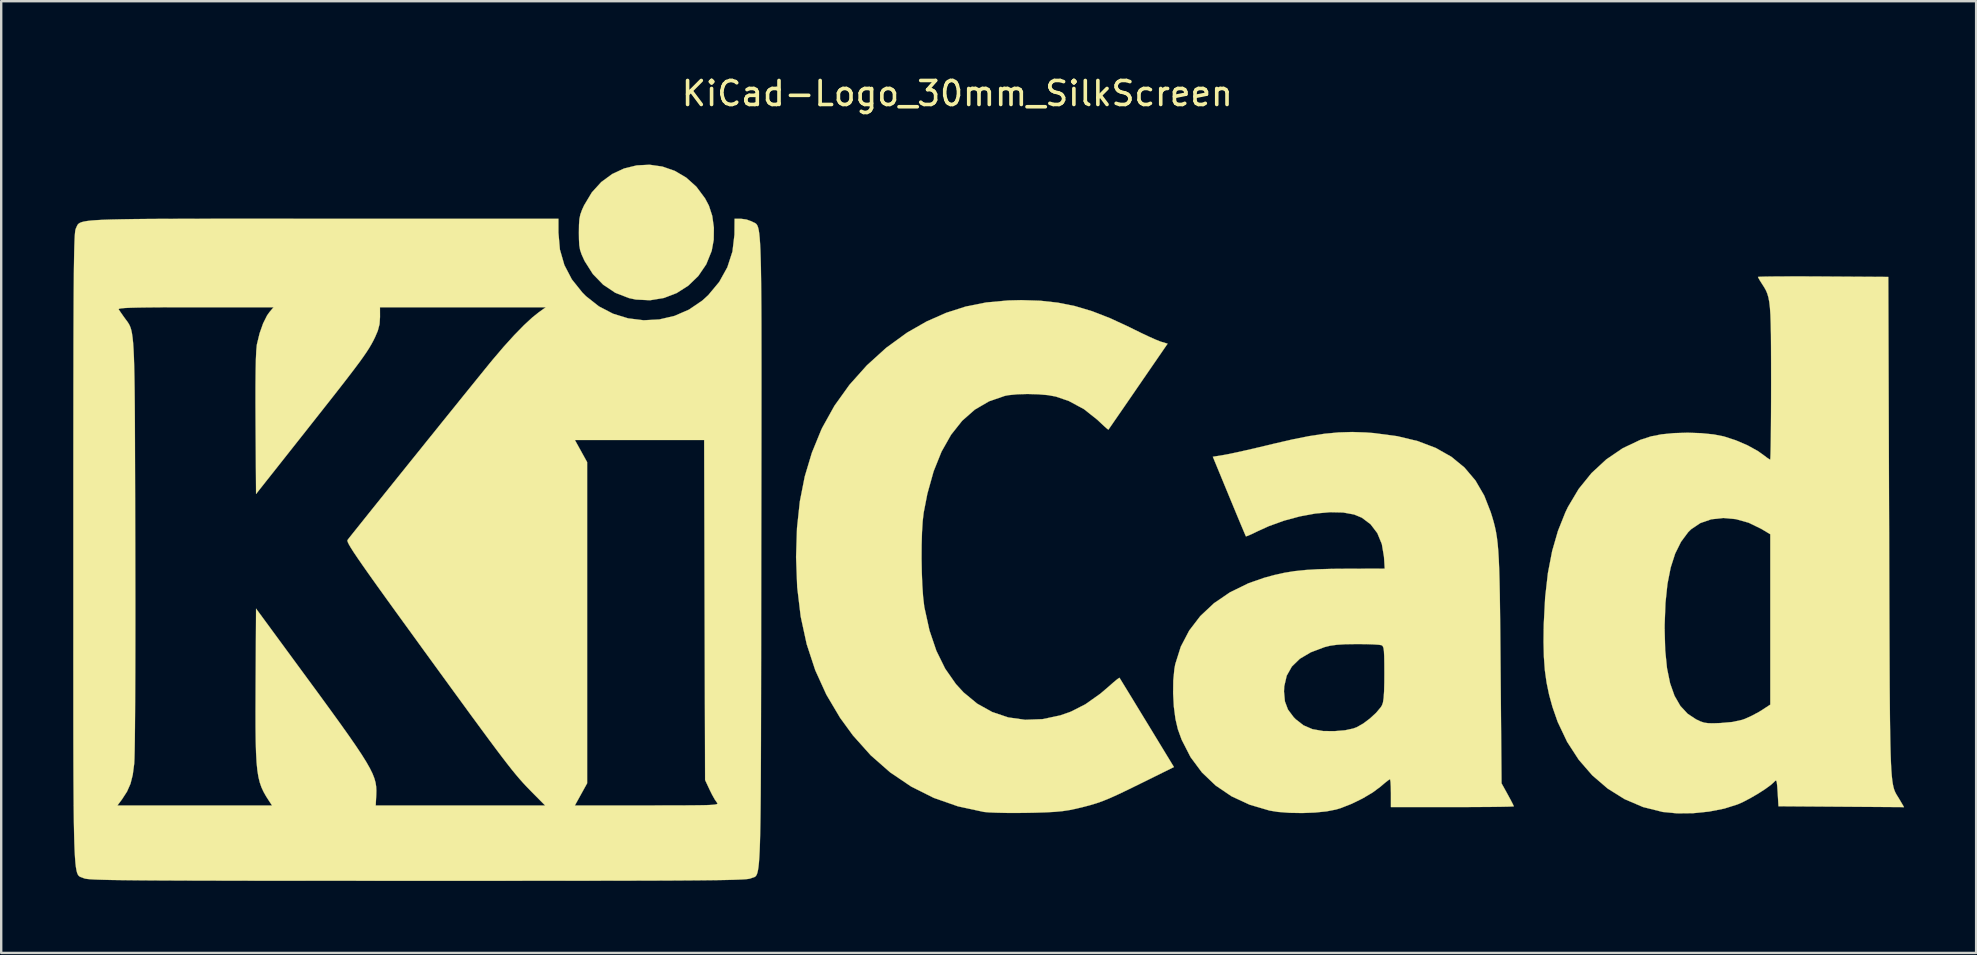
<source format=kicad_pcb>
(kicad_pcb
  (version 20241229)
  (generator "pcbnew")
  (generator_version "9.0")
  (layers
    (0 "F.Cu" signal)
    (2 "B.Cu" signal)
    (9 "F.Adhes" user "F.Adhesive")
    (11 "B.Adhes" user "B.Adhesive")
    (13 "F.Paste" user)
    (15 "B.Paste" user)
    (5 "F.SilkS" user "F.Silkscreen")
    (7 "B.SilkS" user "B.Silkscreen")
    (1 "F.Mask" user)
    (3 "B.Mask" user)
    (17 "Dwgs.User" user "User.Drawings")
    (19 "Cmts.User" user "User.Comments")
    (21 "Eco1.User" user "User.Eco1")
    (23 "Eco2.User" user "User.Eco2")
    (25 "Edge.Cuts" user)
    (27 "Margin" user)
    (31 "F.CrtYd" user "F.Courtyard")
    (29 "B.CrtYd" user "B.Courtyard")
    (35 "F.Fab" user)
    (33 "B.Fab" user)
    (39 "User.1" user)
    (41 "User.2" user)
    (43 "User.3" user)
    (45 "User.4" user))
  (footprint "KiCad-Logo_30mm_SilkScreen"
    (layer "F.Cu")
    (at 38.106 18.628)
    (property "Reference" "KiCad-Logo_30mm_SilkScreen" (at -1.27 -17.78 0) (layer "F.SilkS") (effects (font (size 1 1) (thickness 0.15))))
    (attr board_only exclude_from_pos_files exclude_from_bom allow_missing_courtyard)
    (fp_poly (pts (xy -13.557 -14.738) (xy -13.044 -14.56) (xy -12.567 -14.28) (xy -12.141 -13.898) (xy -11.781 -13.415) (xy -11.619 -13.11) (xy -11.48 -12.683) (xy -11.412 -12.191) (xy -11.419 -11.684) (xy -11.503 -11.226) (xy -11.73 -10.665) (xy -12.061 -10.179) (xy -12.477 -9.777) (xy -12.961 -9.468) (xy -13.499 -9.262) (xy -14.071 -9.168) (xy -14.662 -9.197) (xy -14.953 -9.259) (xy -15.521 -9.48) (xy -16.025 -9.817) (xy -16.454 -10.26) (xy -16.795 -10.798) (xy -16.823 -10.856) (xy -16.923 -11.077) (xy -16.986 -11.263) (xy -17.02 -11.459) (xy -17.033 -11.71) (xy -17.036 -11.983) (xy -17.032 -12.311) (xy -17.015 -12.549) (xy -16.976 -12.741) (xy -16.906 -12.933) (xy -16.82 -13.122) (xy -16.498 -13.66) (xy -16.103 -14.095) (xy -15.648 -14.428) (xy -15.151 -14.659) (xy -14.626 -14.787) (xy -14.09 -14.814) (xy -13.557 -14.738)) (stroke (width 0.01) (type solid)) (fill yes) (layer "F.SilkS"))
    (fp_poly (pts (xy 2.188 -9.148) (xy 2.924 -9.067) (xy 3.638 -8.923) (xy 4.357 -8.708) (xy 5.111 -8.414) (xy 5.93 -8.033) (xy 6.078 -7.959) (xy 6.416 -7.793) (xy 6.735 -7.643) (xy 7.003 -7.524) (xy 7.189 -7.45) (xy 7.218 -7.44) (xy 7.492 -7.358) (xy 6.265 -5.574) (xy 5.966 -5.138) (xy 5.691 -4.739) (xy 5.452 -4.392) (xy 5.257 -4.11) (xy 5.116 -3.905) (xy 5.038 -3.793) (xy 5.026 -3.775) (xy 4.974 -3.812) (xy 4.847 -3.924) (xy 4.668 -4.091) (xy 4.569 -4.185) (xy 4.007 -4.631) (xy 3.377 -4.97) (xy 2.834 -5.156) (xy 2.508 -5.215) (xy 2.099 -5.25) (xy 1.657 -5.262) (xy 1.228 -5.25) (xy 0.861 -5.213) (xy 0.715 -5.185) (xy 0.055 -4.958) (xy -0.539 -4.612) (xy -1.068 -4.146) (xy -1.53 -3.563) (xy -1.927 -2.861) (xy -2.256 -2.043) (xy -2.517 -1.108) (xy -2.673 -0.307) (xy -2.713 0.046) (xy -2.741 0.503) (xy -2.756 1.029) (xy -2.759 1.594) (xy -2.749 2.163) (xy -2.728 2.703) (xy -2.695 3.184) (xy -2.65 3.57) (xy -2.641 3.629) (xy -2.429 4.59) (xy -2.141 5.439) (xy -1.775 6.183) (xy -1.328 6.823) (xy -1.011 7.169) (xy -0.441 7.64) (xy 0.184 7.988) (xy 0.853 8.213) (xy 1.557 8.312) (xy 2.284 8.285) (xy 3.023 8.128) (xy 3.461 7.974) (xy 4.066 7.666) (xy 4.69 7.225) (xy 5.04 6.926) (xy 5.236 6.753) (xy 5.39 6.626) (xy 5.478 6.565) (xy 5.489 6.563) (xy 5.528 6.626) (xy 5.629 6.791) (xy 5.784 7.044) (xy 5.985 7.372) (xy 6.221 7.76) (xy 6.485 8.193) (xy 6.633 8.435) (xy 7.756 10.281) (xy 6.353 10.974) (xy 5.846 11.223) (xy 5.435 11.419) (xy 5.095 11.573) (xy 4.802 11.693) (xy 4.529 11.79) (xy 4.252 11.873) (xy 3.946 11.953) (xy 3.653 12.022) (xy 3.392 12.076) (xy 3.12 12.117) (xy 2.808 12.147) (xy 2.429 12.168) (xy 1.957 12.183) (xy 1.639 12.189) (xy 1.185 12.194) (xy 0.749 12.192) (xy 0.361 12.183) (xy 0.049 12.17) (xy -0.157 12.152) (xy -0.169 12.15) (xy -1.242 11.918) (xy -2.249 11.566) (xy -3.19 11.095) (xy -4.066 10.504) (xy -4.875 9.794) (xy -5.617 8.965) (xy -6.154 8.228) (xy -6.726 7.263) (xy -7.189 6.245) (xy -7.544 5.164) (xy -7.794 4.013) (xy -7.941 2.783) (xy -7.987 1.534) (xy -7.949 0.327) (xy -7.83 -0.788) (xy -7.625 -1.828) (xy -7.33 -2.812) (xy -6.943 -3.759) (xy -6.897 -3.857) (xy -6.387 -4.774) (xy -5.761 -5.647) (xy -5.037 -6.457) (xy -4.232 -7.187) (xy -3.364 -7.818) (xy -2.555 -8.281) (xy -1.738 -8.643) (xy -0.919 -8.906) (xy -0.066 -9.076) (xy 0.851 -9.16) (xy 1.4 -9.173) (xy 2.188 -9.148)) (stroke (width 0.01) (type solid)) (fill yes) (layer "F.SilkS"))
    (fp_poly (pts (xy 34.027 -10.161) (xy 34.608 -10.159) (xy 34.806 -10.157) (xy 37.52 -10.14) (xy 37.554 0.273) (xy 37.558 1.685) (xy 37.562 2.967) (xy 37.566 4.126) (xy 37.57 5.168) (xy 37.574 6.1) (xy 37.578 6.929) (xy 37.584 7.661) (xy 37.59 8.303) (xy 37.598 8.861) (xy 37.607 9.342) (xy 37.618 9.753) (xy 37.631 10.101) (xy 37.646 10.392) (xy 37.664 10.632) (xy 37.685 10.828) (xy 37.709 10.988) (xy 37.736 11.117) (xy 37.766 11.222) (xy 37.801 11.31) (xy 37.84 11.388) (xy 37.883 11.462) (xy 37.931 11.538) (xy 37.983 11.624) (xy 37.994 11.642) (xy 38.175 11.951) (xy 35.56 11.933) (xy 32.945 11.915) (xy 32.911 11.34) (xy 32.892 11.065) (xy 32.873 10.905) (xy 32.847 10.842) (xy 32.807 10.855) (xy 32.774 10.891) (xy 32.63 11.024) (xy 32.396 11.195) (xy 32.105 11.383) (xy 31.788 11.568) (xy 31.481 11.73) (xy 31.244 11.836) (xy 30.691 12.011) (xy 30.056 12.136) (xy 29.386 12.204) (xy 28.728 12.211) (xy 28.129 12.154) (xy 28.12 12.152) (xy 27.301 11.947) (xy 26.534 11.619) (xy 25.827 11.177) (xy 25.187 10.627) (xy 24.622 9.976) (xy 24.139 9.231) (xy 23.745 8.4) (xy 23.53 7.784) (xy 23.388 7.269) (xy 23.284 6.77) (xy 23.212 6.257) (xy 23.171 5.699) (xy 23.156 5.068) (xy 23.162 4.552) (xy 28.201 4.552) (xy 28.225 5.417) (xy 28.3 6.161) (xy 28.429 6.791) (xy 28.614 7.314) (xy 28.857 7.735) (xy 29.161 8.062) (xy 29.511 8.293) (xy 29.694 8.38) (xy 29.852 8.432) (xy 30.029 8.455) (xy 30.266 8.457) (xy 30.521 8.448) (xy 31.023 8.404) (xy 31.42 8.317) (xy 31.545 8.274) (xy 31.83 8.145) (xy 32.131 7.984) (xy 32.262 7.903) (xy 32.603 7.68) (xy 32.603 0.582) (xy 32.228 0.357) (xy 31.704 0.102) (xy 31.169 -0.048) (xy 30.642 -0.096) (xy 30.143 -0.041) (xy 29.691 0.115) (xy 29.307 0.372) (xy 29.182 0.495) (xy 28.883 0.898) (xy 28.641 1.386) (xy 28.454 1.968) (xy 28.319 2.651) (xy 28.236 3.444) (xy 28.202 4.355) (xy 28.201 4.552) (xy 23.162 4.552) (xy 23.165 4.337) (xy 23.223 3.213) (xy 23.338 2.199) (xy 23.515 1.281) (xy 23.757 0.443) (xy 24.065 -0.329) (xy 24.175 -0.558) (xy 24.619 -1.304) (xy 25.155 -1.967) (xy 25.771 -2.537) (xy 26.454 -3.002) (xy 27.191 -3.352) (xy 27.634 -3.496) (xy 28.068 -3.581) (xy 28.591 -3.632) (xy 29.158 -3.649) (xy 29.725 -3.63) (xy 30.25 -3.577) (xy 30.671 -3.494) (xy 31.172 -3.331) (xy 31.658 -3.122) (xy 32.083 -2.887) (xy 32.309 -2.727) (xy 32.465 -2.609) (xy 32.575 -2.537) (xy 32.599 -2.526) (xy 32.607 -2.592) (xy 32.614 -2.782) (xy 32.621 -3.081) (xy 32.627 -3.476) (xy 32.631 -3.955) (xy 32.635 -4.504) (xy 32.637 -5.108) (xy 32.638 -5.725) (xy 32.637 -6.514) (xy 32.635 -7.179) (xy 32.631 -7.733) (xy 32.622 -8.189) (xy 32.609 -8.559) (xy 32.589 -8.857) (xy 32.562 -9.094) (xy 32.526 -9.283) (xy 32.481 -9.438) (xy 32.426 -9.571) (xy 32.358 -9.695) (xy 32.277 -9.822) (xy 32.267 -9.837) (xy 32.163 -10.002) (xy 32.1 -10.115) (xy 32.091 -10.139) (xy 32.157 -10.146) (xy 32.345 -10.152) (xy 32.641 -10.157) (xy 33.029 -10.16) (xy 33.496 -10.161) (xy 34.027 -10.161)) (stroke (width 0.01) (type solid)) (fill yes) (layer "F.SilkS"))
    (fp_poly (pts (xy 15.752 -3.659) (xy 16.091 -3.633) (xy 17.059 -3.505) (xy 17.916 -3.299) (xy 18.666 -3.014) (xy 19.315 -2.647) (xy 19.865 -2.195) (xy 20.321 -1.655) (xy 20.687 -1.024) (xy 20.954 -0.341) (xy 21.022 -0.124) (xy 21.081 0.08) (xy 21.132 0.281) (xy 21.176 0.49) (xy 21.213 0.719) (xy 21.244 0.977) (xy 21.27 1.277) (xy 21.291 1.628) (xy 21.308 2.042) (xy 21.322 2.531) (xy 21.334 3.104) (xy 21.343 3.774) (xy 21.352 4.55) (xy 21.36 5.444) (xy 21.366 6.145) (xy 21.406 10.959) (xy 21.662 11.422) (xy 21.783 11.645) (xy 21.873 11.819) (xy 21.916 11.911) (xy 21.918 11.917) (xy 21.852 11.924) (xy 21.665 11.931) (xy 21.37 11.937) (xy 20.985 11.942) (xy 20.522 11.945) (xy 19.997 11.948) (xy 19.425 11.949) (xy 19.357 11.949) (xy 16.797 11.949) (xy 16.797 11.369) (xy 16.792 11.106) (xy 16.781 10.906) (xy 16.764 10.798) (xy 16.757 10.788) (xy 16.689 10.83) (xy 16.549 10.939) (xy 16.368 11.093) (xy 16.364 11.097) (xy 16.033 11.343) (xy 15.615 11.59) (xy 15.158 11.814) (xy 14.708 11.991) (xy 14.509 12.051) (xy 14.115 12.128) (xy 13.631 12.177) (xy 13.102 12.197) (xy 12.572 12.188) (xy 12.085 12.15) (xy 11.744 12.095) (xy 10.909 11.849) (xy 10.157 11.5) (xy 9.493 11.05) (xy 8.922 10.505) (xy 8.449 9.868) (xy 8.079 9.145) (xy 7.92 8.706) (xy 7.82 8.279) (xy 7.753 7.767) (xy 7.723 7.216) (xy 7.724 7.136) (xy 12.342 7.136) (xy 12.38 7.545) (xy 12.507 7.885) (xy 12.743 8.201) (xy 12.834 8.293) (xy 13.155 8.543) (xy 13.527 8.703) (xy 13.973 8.781) (xy 14.442 8.786) (xy 14.887 8.749) (xy 15.228 8.675) (xy 15.376 8.62) (xy 15.642 8.469) (xy 15.925 8.256) (xy 16.183 8.018) (xy 16.375 7.789) (xy 16.426 7.705) (xy 16.466 7.588) (xy 16.494 7.401) (xy 16.513 7.126) (xy 16.522 6.747) (xy 16.524 6.385) (xy 16.522 5.964) (xy 16.517 5.659) (xy 16.506 5.452) (xy 16.487 5.321) (xy 16.458 5.247) (xy 16.417 5.21) (xy 16.404 5.204) (xy 16.294 5.186) (xy 16.077 5.171) (xy 15.781 5.161) (xy 15.438 5.157) (xy 15.363 5.157) (xy 14.903 5.164) (xy 14.549 5.186) (xy 14.266 5.225) (xy 14.034 5.283) (xy 13.456 5.501) (xy 13.002 5.77) (xy 12.67 6.093) (xy 12.455 6.475) (xy 12.352 6.92) (xy 12.342 7.136) (xy 7.724 7.136) (xy 7.729 6.675) (xy 7.776 6.189) (xy 7.812 5.993) (xy 8.042 5.265) (xy 8.392 4.595) (xy 8.855 3.99) (xy 9.424 3.456) (xy 10.094 2.999) (xy 10.857 2.626) (xy 11.505 2.399) (xy 11.939 2.28) (xy 12.353 2.188) (xy 12.776 2.119) (xy 13.233 2.071) (xy 13.752 2.04) (xy 14.36 2.023) (xy 14.91 2.019) (xy 16.539 2.014) (xy 16.508 1.524) (xy 16.419 0.993) (xy 16.231 0.536) (xy 15.95 0.166) (xy 15.586 -0.108) (xy 15.265 -0.241) (xy 14.806 -0.325) (xy 14.258 -0.337) (xy 13.65 -0.282) (xy 13.004 -0.163) (xy 12.348 0.014) (xy 11.708 0.245) (xy 11.242 0.457) (xy 11.018 0.566) (xy 10.847 0.641) (xy 10.76 0.671) (xy 10.756 0.67) (xy 10.726 0.604) (xy 10.651 0.428) (xy 10.538 0.16) (xy 10.394 -0.185) (xy 10.227 -0.588) (xy 10.057 -0.999) (xy 9.377 -2.647) (xy 9.861 -2.726) (xy 10.07 -2.766) (xy 10.385 -2.833) (xy 10.779 -2.921) (xy 11.224 -3.024) (xy 11.694 -3.135) (xy 11.881 -3.181) (xy 12.69 -3.368) (xy 13.398 -3.509) (xy 14.032 -3.606) (xy 14.618 -3.661) (xy 15.183 -3.678) (xy 15.752 -3.659)) (stroke (width 0.01) (type solid)) (fill yes) (layer "F.SilkS"))
    (fp_poly (pts (xy -29.619 -12.564) (xy -28.303 -12.563) (xy -27.691 -12.563) (xy -17.889 -12.563) (xy -17.889 -11.986) (xy -17.828 -11.283) (xy -17.641 -10.634) (xy -17.329 -10.036) (xy -16.889 -9.486) (xy -16.74 -9.337) (xy -16.205 -8.915) (xy -15.614 -8.607) (xy -14.986 -8.414) (xy -14.338 -8.334) (xy -13.688 -8.368) (xy -13.053 -8.516) (xy -12.451 -8.777) (xy -11.899 -9.152) (xy -11.651 -9.377) (xy -11.189 -9.932) (xy -10.851 -10.541) (xy -10.638 -11.198) (xy -10.555 -11.897) (xy -10.554 -11.966) (xy -10.549 -12.563) (xy -10.287 -12.563) (xy -10.054 -12.532) (xy -9.841 -12.455) (xy -9.827 -12.447) (xy -9.779 -12.422) (xy -9.735 -12.403) (xy -9.694 -12.383) (xy -9.658 -12.358) (xy -9.624 -12.321) (xy -9.594 -12.267) (xy -9.567 -12.19) (xy -9.543 -12.085) (xy -9.522 -11.946) (xy -9.504 -11.767) (xy -9.488 -11.543) (xy -9.474 -11.267) (xy -9.463 -10.935) (xy -9.453 -10.541) (xy -9.446 -10.078) (xy -9.44 -9.542) (xy -9.435 -8.927) (xy -9.432 -8.226) (xy -9.431 -7.435) (xy -9.43 -6.548) (xy -9.43 -5.558) (xy -9.431 -4.461) (xy -9.432 -3.251) (xy -9.434 -1.922) (xy -9.436 -0.468) (xy -9.439 1.116) (xy -9.439 1.309) (xy -9.441 2.903) (xy -9.443 4.366) (xy -9.444 5.704) (xy -9.446 6.923) (xy -9.448 8.027) (xy -9.45 9.023) (xy -9.453 9.917) (xy -9.457 10.714) (xy -9.461 11.419) (xy -9.467 12.038) (xy -9.474 12.578) (xy -9.483 13.043) (xy -9.493 13.44) (xy -9.505 13.773) (xy -9.52 14.049) (xy -9.536 14.273) (xy -9.555 14.451) (xy -9.577 14.589) (xy -9.601 14.692) (xy -9.628 14.766) (xy -9.659 14.816) (xy -9.692 14.849) (xy -9.73 14.869) (xy -9.771 14.883) (xy -9.815 14.896) (xy -9.864 14.914) (xy -9.876 14.919) (xy -9.914 14.931) (xy -9.976 14.942) (xy -10.07 14.953) (xy -10.2 14.962) (xy -10.371 14.97) (xy -10.59 14.978) (xy -10.861 14.985) (xy -11.19 14.991) (xy -11.584 14.996) (xy -12.046 15.001) (xy -12.582 15.005) (xy -13.199 15.009) (xy -13.902 15.012) (xy -14.695 15.014) (xy -15.585 15.016) (xy -16.577 15.017) (xy -17.676 15.019) (xy -18.889 15.019) (xy -20.22 15.02) (xy -21.674 15.02) (xy -23.258 15.02) (xy -23.772 15.02) (xy -25.391 15.02) (xy -26.879 15.019) (xy -28.242 15.019) (xy -29.485 15.018) (xy -30.613 15.017) (xy -31.633 15.015) (xy -32.549 15.013) (xy -33.368 15.011) (xy -34.094 15.008) (xy -34.734 15.005) (xy -35.293 15.001) (xy -35.776 14.996) (xy -36.189 14.991) (xy -36.538 14.986) (xy -36.828 14.979) (xy -37.064 14.972) (xy -37.253 14.964) (xy -37.399 14.955) (xy -37.508 14.945) (xy -37.587 14.934) (xy -37.64 14.922) (xy -37.668 14.911) (xy -37.72 14.89) (xy -37.766 14.874) (xy -37.809 14.858) (xy -37.849 14.836) (xy -37.884 14.804) (xy -37.916 14.754) (xy -37.945 14.682) (xy -37.97 14.581) (xy -37.993 14.447) (xy -38.013 14.273) (xy -38.03 14.054) (xy -38.045 13.784) (xy -38.058 13.458) (xy -38.068 13.069) (xy -38.077 12.613) (xy -38.084 12.084) (xy -38.086 11.881) (xy -36.263 11.881) (xy -29.822 11.881) (xy -29.946 11.693) (xy -30.07 11.5) (xy -30.174 11.316) (xy -30.261 11.129) (xy -30.332 10.925) (xy -30.389 10.692) (xy -30.433 10.416) (xy -30.465 10.086) (xy -30.487 9.687) (xy -30.501 9.208) (xy -30.508 8.635) (xy -30.509 7.955) (xy -30.506 7.156) (xy -30.505 6.86) (xy -30.487 3.68) (xy -28.473 6.423) (xy -27.902 7.2) (xy -27.408 7.878) (xy -26.984 8.464) (xy -26.626 8.967) (xy -26.329 9.397) (xy -26.086 9.762) (xy -25.893 10.071) (xy -25.744 10.334) (xy -25.633 10.559) (xy -25.557 10.755) (xy -25.508 10.931) (xy -25.483 11.097) (xy -25.475 11.261) (xy -25.479 11.432) (xy -25.48 11.453) (xy -25.502 11.881) (xy -21.973 11.881) (xy -18.444 11.881) (xy -18.969 11.351) (xy -19.111 11.206) (xy -19.246 11.066) (xy -19.38 10.921) (xy -19.519 10.764) (xy -19.667 10.589) (xy -19.833 10.386) (xy -20.02 10.148) (xy -20.236 9.867) (xy -20.486 9.536) (xy -20.776 9.147) (xy -21.112 8.691) (xy -21.501 8.162) (xy -21.947 7.551) (xy -22.457 6.851) (xy -23.037 6.054) (xy -23.512 5.4) (xy -24.108 4.578) (xy -24.629 3.86) (xy -25.078 3.238) (xy -25.46 2.706) (xy -25.78 2.256) (xy -26.043 1.882) (xy -26.253 1.578) (xy -26.416 1.336) (xy -26.535 1.149) (xy -26.616 1.011) (xy -26.663 0.915) (xy -26.682 0.854) (xy -26.676 0.822) (xy -26.61 0.736) (xy -26.466 0.555) (xy -26.254 0.29) (xy -25.982 -0.05) (xy -25.66 -0.453) (xy -25.294 -0.908) (xy -24.895 -1.405) (xy -24.47 -1.933) (xy -24.029 -2.482) (xy -23.58 -3.039) (xy -23.334 -3.346) (xy -17.204 -3.346) (xy -16.949 -2.885) (xy -16.694 -2.424) (xy -16.694 10.959) (xy -16.949 11.42) (xy -17.204 11.881) (xy -14.19 11.881) (xy -13.471 11.88) (xy -12.877 11.879) (xy -12.396 11.877) (xy -12.018 11.873) (xy -11.731 11.868) (xy -11.524 11.859) (xy -11.385 11.847) (xy -11.304 11.832) (xy -11.267 11.812) (xy -11.265 11.788) (xy -11.286 11.76) (xy -11.286 11.759) (xy -11.373 11.635) (xy -11.487 11.432) (xy -11.587 11.23) (xy -11.778 10.822) (xy -11.798 3.738) (xy -11.817 -3.346) (xy -17.204 -3.346) (xy -23.334 -3.346) (xy -23.132 -3.595) (xy -22.694 -4.14) (xy -22.273 -4.661) (xy -21.88 -5.149) (xy -21.521 -5.592) (xy -21.207 -5.98) (xy -20.946 -6.302) (xy -20.746 -6.548) (xy -20.628 -6.691) (xy -20.172 -7.227) (xy -19.734 -7.71) (xy -19.328 -8.126) (xy -18.97 -8.457) (xy -18.715 -8.66) (xy -18.415 -8.876) (xy -25.325 -8.876) (xy -25.323 -8.471) (xy -25.342 -8.173) (xy -25.415 -7.896) (xy -25.527 -7.634) (xy -25.6 -7.486) (xy -25.679 -7.34) (xy -25.77 -7.185) (xy -25.881 -7.012) (xy -26.019 -6.811) (xy -26.191 -6.572) (xy -26.405 -6.286) (xy -26.667 -5.943) (xy -26.985 -5.533) (xy -27.366 -5.047) (xy -27.817 -4.475) (xy -28.345 -3.806) (xy -28.404 -3.731) (xy -30.487 -1.097) (xy -30.507 -4.014) (xy -30.511 -4.887) (xy -30.51 -5.627) (xy -30.504 -6.235) (xy -30.494 -6.714) (xy -30.478 -7.066) (xy -30.457 -7.294) (xy -30.45 -7.337) (xy -30.339 -7.792) (xy -30.194 -8.203) (xy -30.029 -8.533) (xy -29.929 -8.673) (xy -29.758 -8.876) (xy -33.011 -8.876) (xy -33.787 -8.876) (xy -34.436 -8.874) (xy -34.968 -8.87) (xy -35.391 -8.864) (xy -35.715 -8.856) (xy -35.95 -8.845) (xy -36.106 -8.831) (xy -36.191 -8.815) (xy -36.215 -8.795) (xy -36.213 -8.791) (xy -36.144 -8.687) (xy -36.029 -8.522) (xy -35.969 -8.438) (xy -35.908 -8.355) (xy -35.852 -8.281) (xy -35.803 -8.208) (xy -35.759 -8.129) (xy -35.72 -8.037) (xy -35.686 -7.924) (xy -35.657 -7.784) (xy -35.632 -7.608) (xy -35.61 -7.39) (xy -35.592 -7.122) (xy -35.577 -6.797) (xy -35.565 -6.408) (xy -35.555 -5.947) (xy -35.547 -5.406) (xy -35.541 -4.779) (xy -35.536 -4.058) (xy -35.533 -3.236) (xy -35.53 -2.306) (xy -35.527 -1.26) (xy -35.524 -0.091) (xy -35.521 0.983) (xy -35.519 2.181) (xy -35.517 3.323) (xy -35.517 4.404) (xy -35.518 5.414) (xy -35.52 6.348) (xy -35.524 7.198) (xy -35.528 7.956) (xy -35.533 8.615) (xy -35.539 9.169) (xy -35.546 9.609) (xy -35.554 9.928) (xy -35.563 10.12) (xy -35.564 10.14) (xy -35.625 10.604) (xy -35.719 10.977) (xy -35.863 11.302) (xy -36.071 11.624) (xy -36.097 11.659) (xy -36.263 11.881) (xy -38.086 11.881) (xy -38.089 11.475) (xy -38.094 10.782) (xy -38.097 9.999) (xy -38.099 9.119) (xy -38.1 8.138) (xy -38.1 7.05) (xy -38.101 5.848) (xy -38.1 4.529) (xy -38.1 3.085) (xy -38.1 1.511) (xy -38.1 1.198) (xy -38.1 -0.392) (xy -38.1 -1.852) (xy -38.099 -3.186) (xy -38.098 -4.4) (xy -38.097 -5.5) (xy -38.095 -6.492) (xy -38.094 -7.381) (xy -38.091 -8.172) (xy -38.088 -8.872) (xy -38.085 -9.486) (xy -38.08 -10.019) (xy -38.076 -10.477) (xy -38.07 -10.866) (xy -38.064 -11.191) (xy -38.057 -11.458) (xy -38.049 -11.673) (xy -38.041 -11.841) (xy -38.031 -11.967) (xy -38.021 -12.058) (xy -38.009 -12.119) (xy -37.997 -12.155) (xy -37.996 -12.156) (xy -37.971 -12.211) (xy -37.949 -12.262) (xy -37.926 -12.307) (xy -37.893 -12.347) (xy -37.845 -12.383) (xy -37.775 -12.415) (xy -37.677 -12.443) (xy -37.543 -12.467) (xy -37.368 -12.488) (xy -37.144 -12.505) (xy -36.866 -12.52) (xy -36.526 -12.532) (xy -36.118 -12.541) (xy -35.635 -12.549) (xy -35.072 -12.555) (xy -34.421 -12.559) (xy -33.675 -12.561) (xy -32.829 -12.563) (xy -31.875 -12.564) (xy -30.807 -12.564) (xy -29.619 -12.564)) (stroke (width 0.01) (type solid)) (fill yes) (layer "F.SilkS")))
  (gr_rect
    (start -3 -3)
    (end 79.286 36.653)
    (stroke (width 0.1) (type default))
    (fill no)
    (layer "Edge.Cuts")))
</source>
